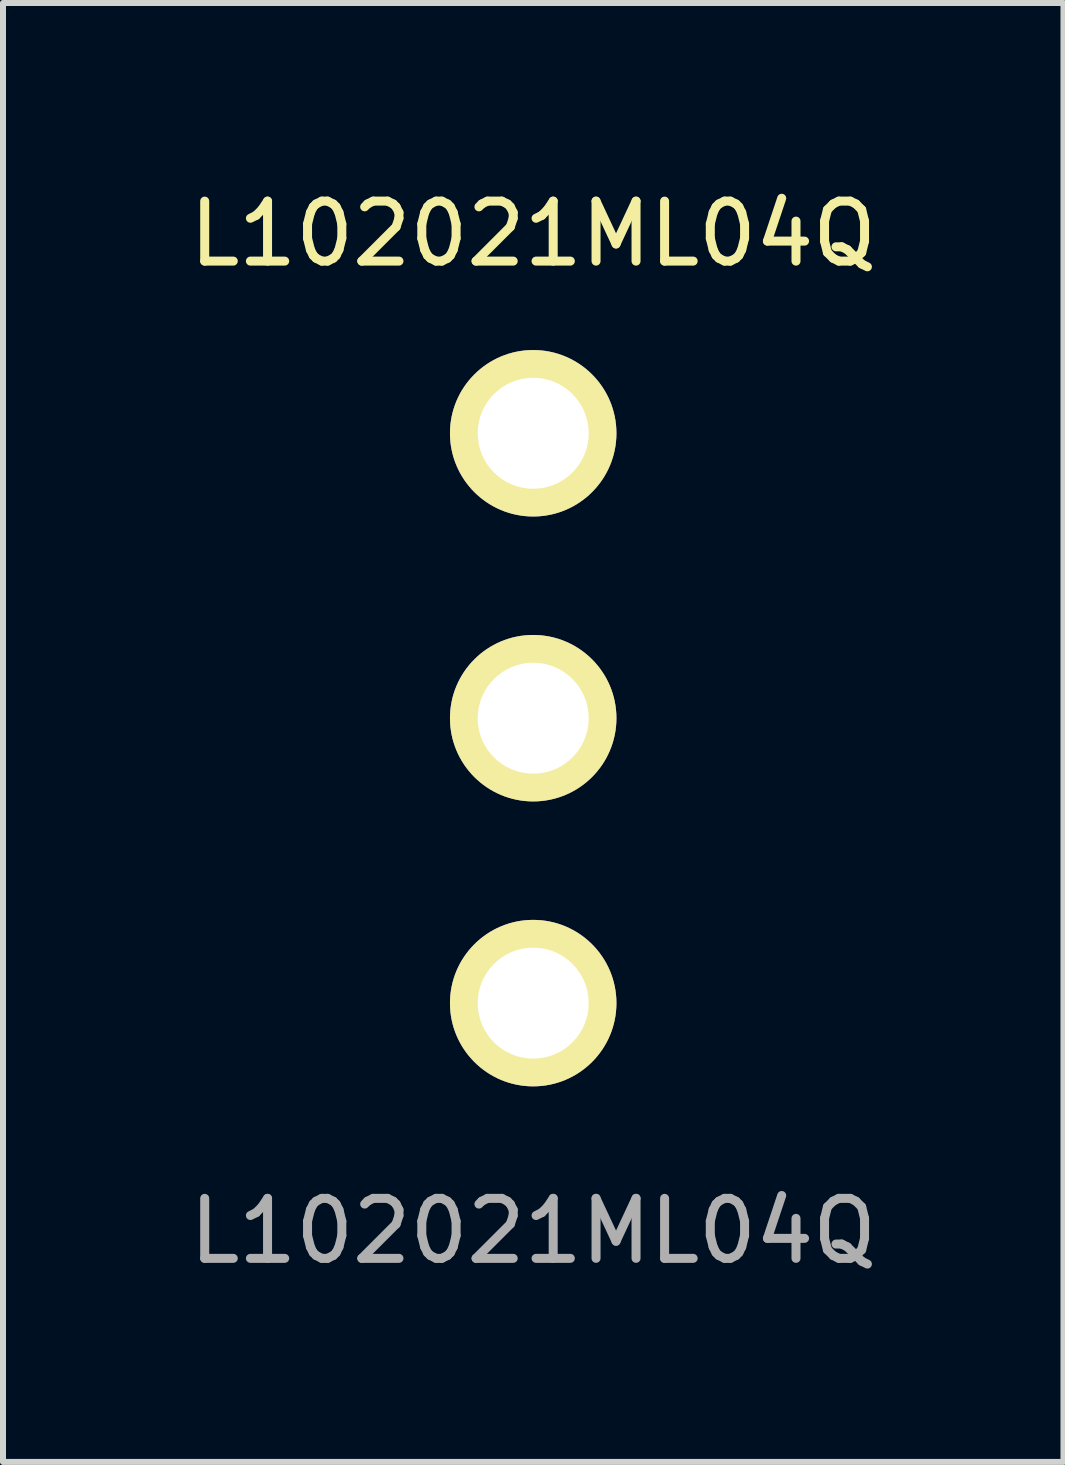
<source format=kicad_pcb>
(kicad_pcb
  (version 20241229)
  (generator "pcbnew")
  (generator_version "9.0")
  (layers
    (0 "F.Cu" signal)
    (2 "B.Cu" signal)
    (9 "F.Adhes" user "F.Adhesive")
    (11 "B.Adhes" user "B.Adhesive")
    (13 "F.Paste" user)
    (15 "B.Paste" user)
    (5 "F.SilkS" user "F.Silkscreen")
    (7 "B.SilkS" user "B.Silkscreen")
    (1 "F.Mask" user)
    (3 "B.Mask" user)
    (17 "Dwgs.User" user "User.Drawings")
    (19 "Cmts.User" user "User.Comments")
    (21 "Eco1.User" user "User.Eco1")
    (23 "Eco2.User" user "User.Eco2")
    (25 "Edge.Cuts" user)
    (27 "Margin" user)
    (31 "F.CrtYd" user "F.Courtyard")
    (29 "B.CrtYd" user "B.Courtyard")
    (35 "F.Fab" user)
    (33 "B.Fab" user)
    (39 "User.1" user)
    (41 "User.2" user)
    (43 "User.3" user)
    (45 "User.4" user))
  (footprint "L102021ML04Q"
    (layer "F.Cu")
    (at 5.839 8.923)
    (property "Reference" "L102021ML04Q" (at 0 -8.075 0) (unlocked yes) (layer "F.SilkS") (effects (font (size 1 1) (thickness 0.15))))
    (attr through_hole)
    (fp_text user "${REFERENCE}" (at 0 8.55 0) (unlocked yes) (layer "F.Fab") (effects (font (size 1 1) (thickness 0.15))))
    (pad "1" thru_hole circle (at 0 -4.75 90) (size 2.775 2.775) (drill 1.85) (layers "*.Cu" "*.Mask" "F.SilkS"))
    (pad "2" thru_hole circle (at 0 4.75 90) (size 2.775 2.775) (drill 1.85) (layers "*.Cu" "*.Mask" "F.SilkS"))
    (pad "3" thru_hole circle (at 0 0 90) (size 2.775 2.775) (drill 1.85) (layers "*.Cu" "*.Mask" "F.SilkS")))
  (gr_rect
    (start -3 -3)
    (end 14.679 21.322)
    (stroke (width 0.1) (type default))
    (fill no)
    (layer "Edge.Cuts")))
</source>
